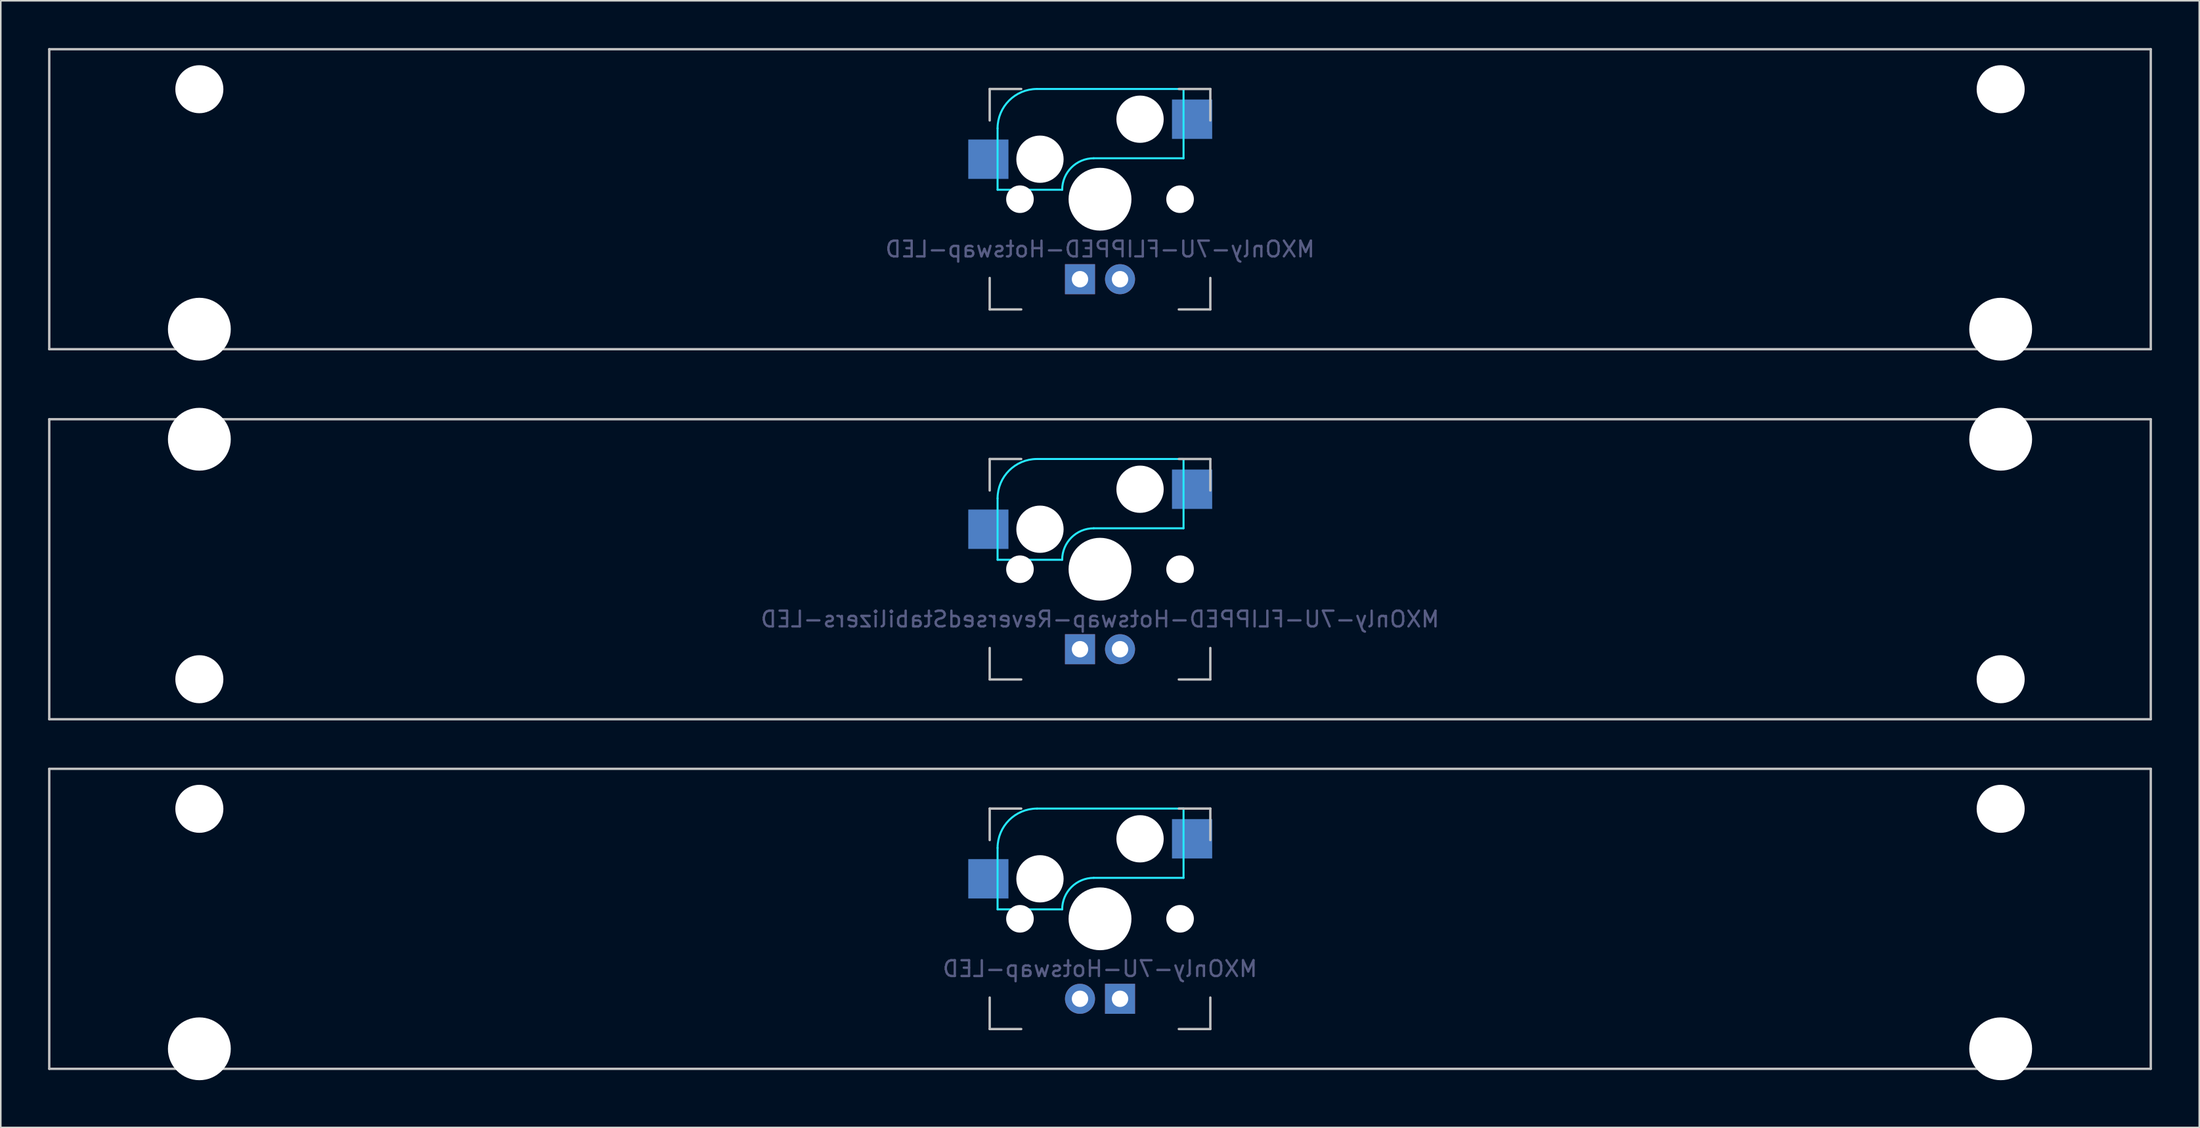
<source format=kicad_pcb>
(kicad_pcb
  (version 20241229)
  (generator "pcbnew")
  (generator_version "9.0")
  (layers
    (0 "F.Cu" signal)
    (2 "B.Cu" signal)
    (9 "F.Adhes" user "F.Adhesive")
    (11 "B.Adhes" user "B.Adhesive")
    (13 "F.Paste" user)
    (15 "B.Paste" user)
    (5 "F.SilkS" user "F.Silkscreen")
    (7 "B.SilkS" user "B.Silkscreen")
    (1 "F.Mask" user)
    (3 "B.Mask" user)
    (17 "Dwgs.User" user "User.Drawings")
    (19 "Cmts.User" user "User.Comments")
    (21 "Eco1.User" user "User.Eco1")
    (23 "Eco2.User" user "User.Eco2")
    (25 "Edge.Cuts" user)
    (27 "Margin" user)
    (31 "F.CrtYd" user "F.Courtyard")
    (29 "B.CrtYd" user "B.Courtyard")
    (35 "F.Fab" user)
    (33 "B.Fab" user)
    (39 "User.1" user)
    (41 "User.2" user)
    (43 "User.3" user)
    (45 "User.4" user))
  (footprint "MXOnly-7U-FLIPPED-Hotswap-ReversedStabilizers-LED"
    (layer "F.Cu")
    (at 66.75 33.098)
    (property "Reference" "MXOnly-7U-FLIPPED-Hotswap-ReversedStabilizers-LED" (at 0 3.175 0) (layer "B.Fab") (effects (font (size 1 1) (thickness 0.15)) (justify mirror)))
    (attr through_hole)
    (fp_line (start -66.675 -9.525) (end 66.675 -9.525) (stroke (width 0.15) (type solid)) (layer "Dwgs.User"))
    (fp_line (start -66.675 9.525) (end -66.675 -9.525) (stroke (width 0.15) (type solid)) (layer "Dwgs.User"))
    (fp_line (start -66.675 9.525) (end 66.675 9.525) (stroke (width 0.15) (type solid)) (layer "Dwgs.User"))
    (fp_line (start -7 -7) (end -7 -5) (stroke (width 0.15) (type solid)) (layer "Dwgs.User"))
    (fp_line (start -7 5) (end -7 7) (stroke (width 0.15) (type solid)) (layer "Dwgs.User"))
    (fp_line (start -7 7) (end -5 7) (stroke (width 0.15) (type solid)) (layer "Dwgs.User"))
    (fp_line (start -5 -7) (end -7 -7) (stroke (width 0.15) (type solid)) (layer "Dwgs.User"))
    (fp_line (start 5 -7) (end 7 -7) (stroke (width 0.15) (type solid)) (layer "Dwgs.User"))
    (fp_line (start 5 7) (end 7 7) (stroke (width 0.15) (type solid)) (layer "Dwgs.User"))
    (fp_line (start 7 -7) (end 7 -5) (stroke (width 0.15) (type solid)) (layer "Dwgs.User"))
    (fp_line (start 7 7) (end 7 5) (stroke (width 0.15) (type solid)) (layer "Dwgs.User"))
    (fp_line (start 66.675 -9.525) (end 66.675 9.525) (stroke (width 0.15) (type solid)) (layer "Dwgs.User"))
    (fp_line (start -6.5 -4.5) (end -6.5 -0.6) (stroke (width 0.127) (type solid)) (layer "B.CrtYd"))
    (fp_line (start -6.5 -0.6) (end -2.4 -0.6) (stroke (width 0.127) (type solid)) (layer "B.CrtYd"))
    (fp_line (start -0.4 -2.6) (end 5.3 -2.6) (stroke (width 0.127) (type solid)) (layer "B.CrtYd"))
    (fp_line (start 5.3 -7) (end -4 -7) (stroke (width 0.127) (type solid)) (layer "B.CrtYd"))
    (fp_line (start 5.3 -7) (end 5.3 -2.6) (stroke (width 0.127) (type solid)) (layer "B.CrtYd"))
    (fp_arc (start -6.5 -4.5) (mid -5.767767 -6.267767) (end -4 -7) (stroke (width 0.127) (type solid)) (layer "B.CrtYd"))
    (fp_arc (start -2.4 -0.6) (mid -1.814214 -2.014214) (end -0.4 -2.6) (stroke (width 0.127) (type solid)) (layer "B.CrtYd"))
    (pad "" np_thru_hole circle (at -57.15 -8.255 180) (size 3.988 3.988) (drill 3.988) (layers "*.Cu" "*.Mask"))
    (pad "" np_thru_hole circle (at -57.15 6.985 180) (size 3.048 3.048) (drill 3.048) (layers "*.Cu" "*.Mask"))
    (pad "" np_thru_hole circle (at -5.08 0 48.1) (size 1.75 1.75) (drill 1.75) (layers "*.Cu" "*.Mask"))
    (pad "" np_thru_hole circle (at -3.81 -2.54) (size 3 3) (drill 3) (layers "*.Cu" "*.Mask"))
    (pad "" np_thru_hole circle (at 0 0) (size 3.988 3.988) (drill 3.988) (layers "*.Cu" "*.Mask"))
    (pad "" np_thru_hole circle (at 2.54 -5.08) (size 3 3) (drill 3) (layers "*.Cu" "*.Mask"))
    (pad "" np_thru_hole circle (at 5.08 0 48.1) (size 1.75 1.75) (drill 1.75) (layers "*.Cu" "*.Mask"))
    (pad "" np_thru_hole circle (at 57.15 -8.255 180) (size 3.988 3.988) (drill 3.988) (layers "*.Cu" "*.Mask"))
    (pad "" np_thru_hole circle (at 57.15 6.985 180) (size 3.048 3.048) (drill 3.048) (layers "*.Cu" "*.Mask"))
    (pad "1" smd rect (at -7.085 -2.54) (size 2.55 2.5) (layers "B.Cu" "B.Mask" "B.Paste"))
    (pad "2" smd rect (at 5.842 -5.08) (size 2.55 2.5) (layers "B.Cu" "B.Mask" "B.Paste"))
    (pad "3" thru_hole circle (at 1.27 5.08 180) (size 1.905 1.905) (drill 1.04) (layers "*.Cu" "B.Mask"))
    (pad "4" thru_hole rect (at -1.27 5.08 180) (size 1.905 1.905) (drill 1.04) (layers "*.Cu" "B.Mask")))
  (footprint "MXOnly-7U-Hotswap-LED"
    (layer "F.Cu")
    (at 66.75 55.298)
    (property "Reference" "MXOnly-7U-Hotswap-LED" (at 0 3.175 0) (layer "B.Fab") (effects (font (size 1 1) (thickness 0.15)) (justify mirror)))
    (attr through_hole)
    (fp_line (start -66.675 -9.525) (end 66.675 -9.525) (stroke (width 0.15) (type solid)) (layer "Dwgs.User"))
    (fp_line (start -66.675 9.525) (end -66.675 -9.525) (stroke (width 0.15) (type solid)) (layer "Dwgs.User"))
    (fp_line (start -66.675 9.525) (end 66.675 9.525) (stroke (width 0.15) (type solid)) (layer "Dwgs.User"))
    (fp_line (start -7 -7) (end -7 -5) (stroke (width 0.15) (type solid)) (layer "Dwgs.User"))
    (fp_line (start -7 5) (end -7 7) (stroke (width 0.15) (type solid)) (layer "Dwgs.User"))
    (fp_line (start -7 7) (end -5 7) (stroke (width 0.15) (type solid)) (layer "Dwgs.User"))
    (fp_line (start -5 -7) (end -7 -7) (stroke (width 0.15) (type solid)) (layer "Dwgs.User"))
    (fp_line (start 5 -7) (end 7 -7) (stroke (width 0.15) (type solid)) (layer "Dwgs.User"))
    (fp_line (start 5 7) (end 7 7) (stroke (width 0.15) (type solid)) (layer "Dwgs.User"))
    (fp_line (start 7 -7) (end 7 -5) (stroke (width 0.15) (type solid)) (layer "Dwgs.User"))
    (fp_line (start 7 7) (end 7 5) (stroke (width 0.15) (type solid)) (layer "Dwgs.User"))
    (fp_line (start 66.675 -9.525) (end 66.675 9.525) (stroke (width 0.15) (type solid)) (layer "Dwgs.User"))
    (fp_line (start -6.5 -4.5) (end -6.5 -0.6) (stroke (width 0.127) (type solid)) (layer "B.CrtYd"))
    (fp_line (start -6.5 -0.6) (end -2.4 -0.6) (stroke (width 0.127) (type solid)) (layer "B.CrtYd"))
    (fp_line (start -0.4 -2.6) (end 5.3 -2.6) (stroke (width 0.127) (type solid)) (layer "B.CrtYd"))
    (fp_line (start 5.3 -7) (end -4 -7) (stroke (width 0.127) (type solid)) (layer "B.CrtYd"))
    (fp_line (start 5.3 -7) (end 5.3 -2.6) (stroke (width 0.127) (type solid)) (layer "B.CrtYd"))
    (fp_arc (start -6.5 -4.5) (mid -5.767767 -6.267767) (end -4 -7) (stroke (width 0.127) (type solid)) (layer "B.CrtYd"))
    (fp_arc (start -2.4 -0.6) (mid -1.814214 -2.014214) (end -0.4 -2.6) (stroke (width 0.127) (type solid)) (layer "B.CrtYd"))
    (pad "" np_thru_hole circle (at -57.15 -6.985) (size 3.048 3.048) (drill 3.048) (layers "*.Cu" "*.Mask"))
    (pad "" np_thru_hole circle (at -57.15 8.255) (size 3.988 3.988) (drill 3.988) (layers "*.Cu" "*.Mask"))
    (pad "" np_thru_hole circle (at -5.08 0 48.1) (size 1.75 1.75) (drill 1.75) (layers "*.Cu" "*.Mask"))
    (pad "" np_thru_hole circle (at -3.81 -2.54) (size 3 3) (drill 3) (layers "*.Cu" "*.Mask"))
    (pad "" np_thru_hole circle (at 0 0) (size 3.988 3.988) (drill 3.988) (layers "*.Cu" "*.Mask"))
    (pad "" np_thru_hole circle (at 2.54 -5.08) (size 3 3) (drill 3) (layers "*.Cu" "*.Mask"))
    (pad "" np_thru_hole circle (at 5.08 0 48.1) (size 1.75 1.75) (drill 1.75) (layers "*.Cu" "*.Mask"))
    (pad "" np_thru_hole circle (at 57.15 -6.985) (size 3.048 3.048) (drill 3.048) (layers "*.Cu" "*.Mask"))
    (pad "" np_thru_hole circle (at 57.15 8.255) (size 3.988 3.988) (drill 3.988) (layers "*.Cu" "*.Mask"))
    (pad "1" smd rect (at -7.085 -2.54) (size 2.55 2.5) (layers "B.Cu" "B.Mask" "B.Paste"))
    (pad "2" smd rect (at 5.842 -5.08) (size 2.55 2.5) (layers "B.Cu" "B.Mask" "B.Paste"))
    (pad "3" thru_hole circle (at -1.27 5.08) (size 1.905 1.905) (drill 1.04) (layers "*.Cu" "B.Mask"))
    (pad "4" thru_hole rect (at 1.27 5.08) (size 1.905 1.905) (drill 1.04) (layers "*.Cu" "B.Mask")))
  (footprint "MXOnly-7U-FLIPPED-Hotswap-LED"
    (layer "F.Cu")
    (at 66.75 9.6)
    (property "Reference" "MXOnly-7U-FLIPPED-Hotswap-LED" (at 0 3.175 0) (layer "B.Fab") (effects (font (size 1 1) (thickness 0.15)) (justify mirror)))
    (attr through_hole)
    (fp_line (start -66.675 -9.525) (end 66.675 -9.525) (stroke (width 0.15) (type solid)) (layer "Dwgs.User"))
    (fp_line (start -66.675 9.525) (end -66.675 -9.525) (stroke (width 0.15) (type solid)) (layer "Dwgs.User"))
    (fp_line (start -66.675 9.525) (end 66.675 9.525) (stroke (width 0.15) (type solid)) (layer "Dwgs.User"))
    (fp_line (start -7 -7) (end -7 -5) (stroke (width 0.15) (type solid)) (layer "Dwgs.User"))
    (fp_line (start -7 5) (end -7 7) (stroke (width 0.15) (type solid)) (layer "Dwgs.User"))
    (fp_line (start -7 7) (end -5 7) (stroke (width 0.15) (type solid)) (layer "Dwgs.User"))
    (fp_line (start -5 -7) (end -7 -7) (stroke (width 0.15) (type solid)) (layer "Dwgs.User"))
    (fp_line (start 5 -7) (end 7 -7) (stroke (width 0.15) (type solid)) (layer "Dwgs.User"))
    (fp_line (start 5 7) (end 7 7) (stroke (width 0.15) (type solid)) (layer "Dwgs.User"))
    (fp_line (start 7 -7) (end 7 -5) (stroke (width 0.15) (type solid)) (layer "Dwgs.User"))
    (fp_line (start 7 7) (end 7 5) (stroke (width 0.15) (type solid)) (layer "Dwgs.User"))
    (fp_line (start 66.675 -9.525) (end 66.675 9.525) (stroke (width 0.15) (type solid)) (layer "Dwgs.User"))
    (fp_line (start -6.5 -4.5) (end -6.5 -0.6) (stroke (width 0.127) (type solid)) (layer "B.CrtYd"))
    (fp_line (start -6.5 -0.6) (end -2.4 -0.6) (stroke (width 0.127) (type solid)) (layer "B.CrtYd"))
    (fp_line (start -0.4 -2.6) (end 5.3 -2.6) (stroke (width 0.127) (type solid)) (layer "B.CrtYd"))
    (fp_line (start 5.3 -7) (end -4 -7) (stroke (width 0.127) (type solid)) (layer "B.CrtYd"))
    (fp_line (start 5.3 -7) (end 5.3 -2.6) (stroke (width 0.127) (type solid)) (layer "B.CrtYd"))
    (fp_arc (start -6.5 -4.5) (mid -5.767767 -6.267767) (end -4 -7) (stroke (width 0.127) (type solid)) (layer "B.CrtYd"))
    (fp_arc (start -2.4 -0.6) (mid -1.814214 -2.014214) (end -0.4 -2.6) (stroke (width 0.127) (type solid)) (layer "B.CrtYd"))
    (pad "" np_thru_hole circle (at -57.15 -6.985) (size 3.048 3.048) (drill 3.048) (layers "*.Cu" "*.Mask"))
    (pad "" np_thru_hole circle (at -57.15 8.255) (size 3.988 3.988) (drill 3.988) (layers "*.Cu" "*.Mask"))
    (pad "" np_thru_hole circle (at -5.08 0 48.1) (size 1.75 1.75) (drill 1.75) (layers "*.Cu" "*.Mask"))
    (pad "" np_thru_hole circle (at -3.81 -2.54) (size 3 3) (drill 3) (layers "*.Cu" "*.Mask"))
    (pad "" np_thru_hole circle (at 0 0) (size 3.988 3.988) (drill 3.988) (layers "*.Cu" "*.Mask"))
    (pad "" np_thru_hole circle (at 2.54 -5.08) (size 3 3) (drill 3) (layers "*.Cu" "*.Mask"))
    (pad "" np_thru_hole circle (at 5.08 0 48.1) (size 1.75 1.75) (drill 1.75) (layers "*.Cu" "*.Mask"))
    (pad "" np_thru_hole circle (at 57.15 -6.985) (size 3.048 3.048) (drill 3.048) (layers "*.Cu" "*.Mask"))
    (pad "" np_thru_hole circle (at 57.15 8.255) (size 3.988 3.988) (drill 3.988) (layers "*.Cu" "*.Mask"))
    (pad "1" smd rect (at -7.085 -2.54) (size 2.55 2.5) (layers "B.Cu" "B.Mask" "B.Paste"))
    (pad "2" smd rect (at 5.842 -5.08) (size 2.55 2.5) (layers "B.Cu" "B.Mask" "B.Paste"))
    (pad "3" thru_hole circle (at 1.27 5.08 180) (size 1.905 1.905) (drill 1.04) (layers "*.Cu" "B.Mask"))
    (pad "4" thru_hole rect (at -1.27 5.08 180) (size 1.905 1.905) (drill 1.04) (layers "*.Cu" "B.Mask")))
  (gr_rect
    (start -3 -3)
    (end 136.5 68.547)
    (stroke (width 0.1) (type default))
    (fill no)
    (layer "Edge.Cuts")))
</source>
